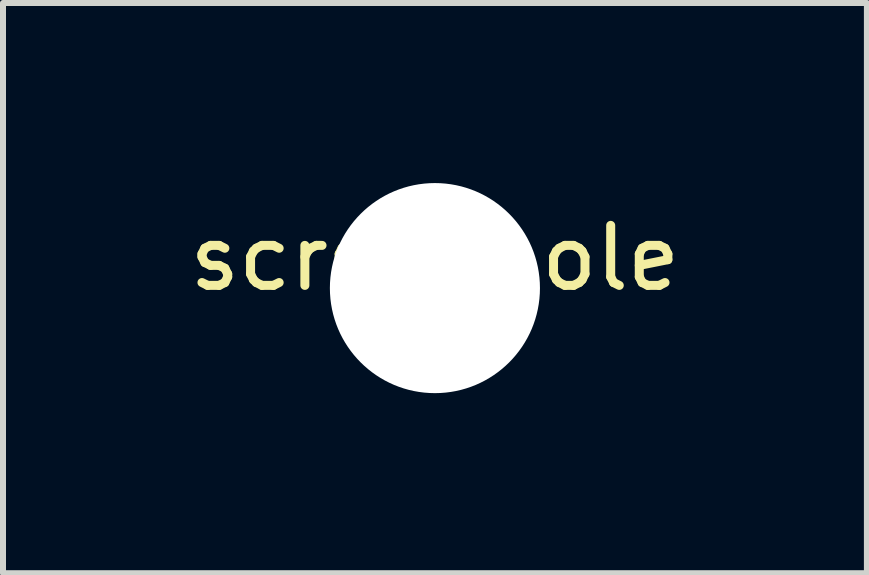
<source format=kicad_pcb>
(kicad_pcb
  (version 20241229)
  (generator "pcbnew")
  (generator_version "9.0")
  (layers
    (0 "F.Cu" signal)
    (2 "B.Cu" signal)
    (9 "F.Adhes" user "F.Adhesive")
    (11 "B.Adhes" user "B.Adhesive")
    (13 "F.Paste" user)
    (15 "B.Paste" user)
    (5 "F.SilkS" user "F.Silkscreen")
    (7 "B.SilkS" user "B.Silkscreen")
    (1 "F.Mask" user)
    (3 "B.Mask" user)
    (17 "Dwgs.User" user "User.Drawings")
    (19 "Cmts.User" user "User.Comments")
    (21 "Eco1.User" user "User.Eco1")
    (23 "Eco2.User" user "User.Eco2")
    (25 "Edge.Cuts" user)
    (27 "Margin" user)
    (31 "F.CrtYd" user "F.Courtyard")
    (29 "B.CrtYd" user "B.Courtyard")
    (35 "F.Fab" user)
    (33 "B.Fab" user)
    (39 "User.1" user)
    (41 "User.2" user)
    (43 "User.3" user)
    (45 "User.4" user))
  (footprint "screw_hole"
    (layer "F.Cu")
    (at 4.196 1.75)
    (property "Reference" "screw_hole" (at 0 -0.5 0) (unlocked yes) (layer "F.SilkS") (effects (font (size 1 1) (thickness 0.15))))
    (pad "" np_thru_hole circle (at 0 0) (size 3.5 3.5) (drill 3.5) (layers "*.Cu" "*.Mask")))
  (gr_rect
    (start -3 -3)
    (end 11.393 6.5)
    (stroke (width 0.1) (type default))
    (fill no)
    (layer "Edge.Cuts")))
</source>
